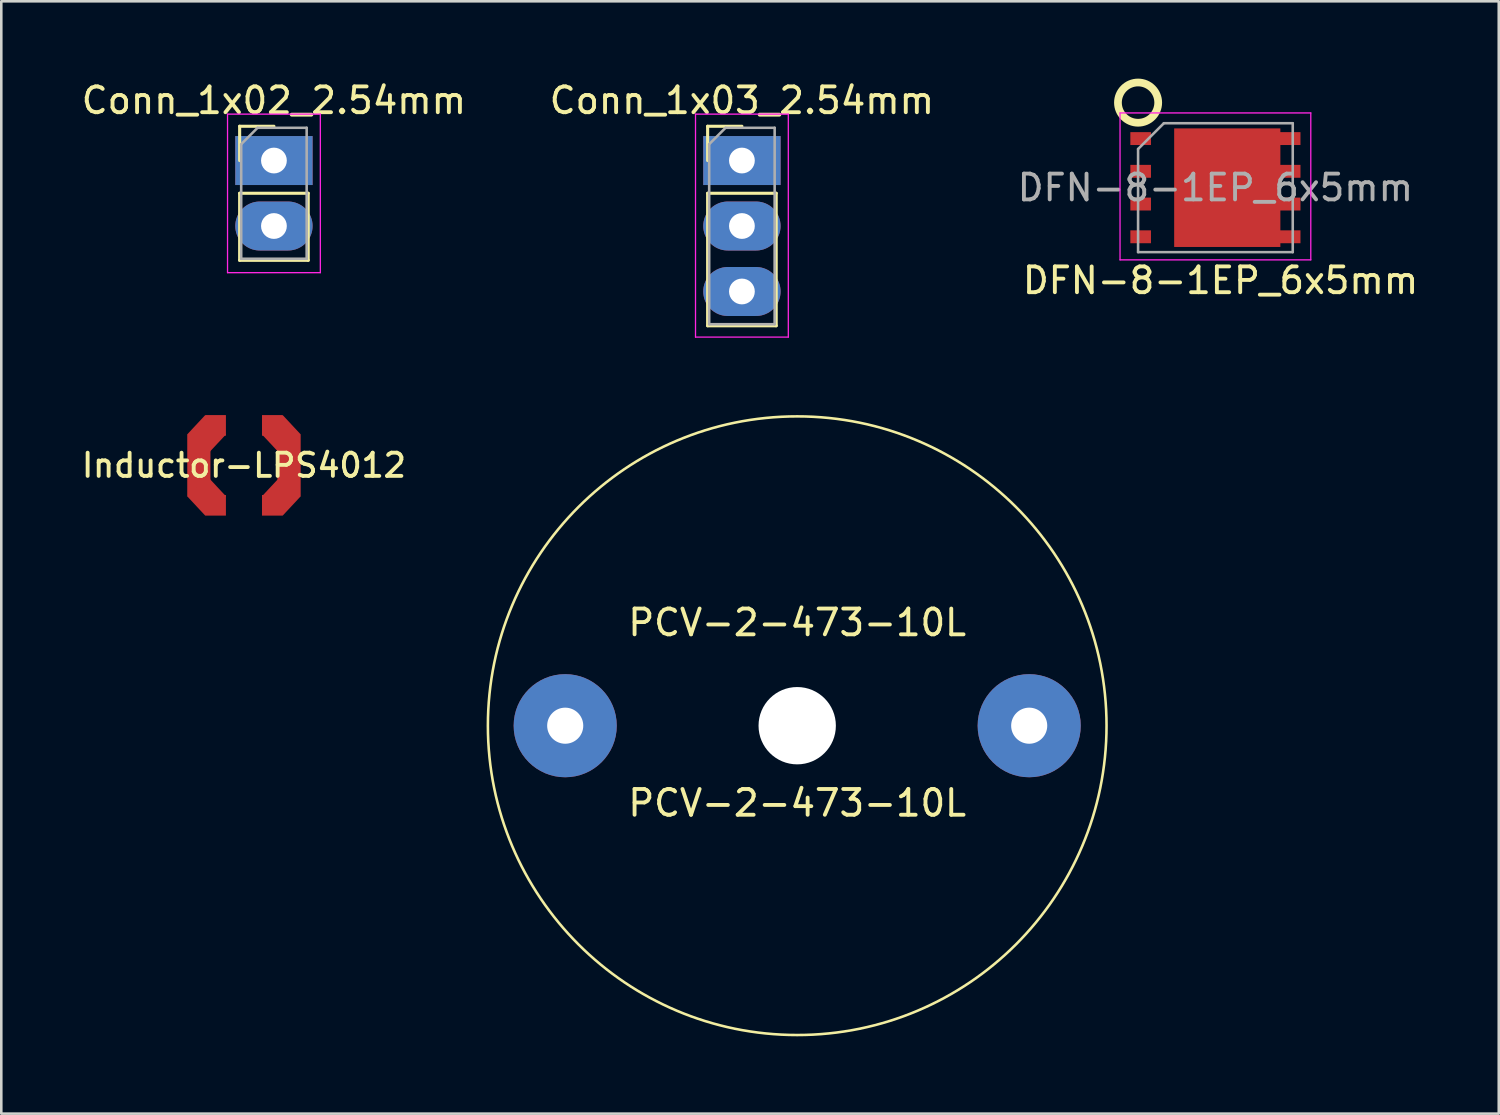
<source format=kicad_pcb>
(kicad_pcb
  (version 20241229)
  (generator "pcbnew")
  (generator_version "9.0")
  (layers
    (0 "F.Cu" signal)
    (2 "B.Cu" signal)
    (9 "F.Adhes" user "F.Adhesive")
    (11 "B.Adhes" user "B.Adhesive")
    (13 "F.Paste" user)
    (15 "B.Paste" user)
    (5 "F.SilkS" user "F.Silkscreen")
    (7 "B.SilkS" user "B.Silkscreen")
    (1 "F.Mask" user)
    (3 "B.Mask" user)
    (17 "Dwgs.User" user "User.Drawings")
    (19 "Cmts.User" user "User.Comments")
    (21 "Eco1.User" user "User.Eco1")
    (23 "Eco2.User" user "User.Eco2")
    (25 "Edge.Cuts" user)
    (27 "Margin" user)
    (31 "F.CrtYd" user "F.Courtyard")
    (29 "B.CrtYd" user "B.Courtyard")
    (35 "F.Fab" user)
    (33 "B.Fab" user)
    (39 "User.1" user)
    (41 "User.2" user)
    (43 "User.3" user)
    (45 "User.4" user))
  (footprint "PCV-2-473-10L"
    (layer "F.Cu")
    (at 27.877 25.103)
    (property "Reference" "PCV-2-473-10L" (at 0 3 180) (layer "F.SilkS") (effects (font (size 1 1) (thickness 0.15))))
    (attr through_hole)
    (fp_circle (center 0 0) (end 12 0) (stroke (width 0.1) (type solid)) (fill no) (layer "F.SilkS"))
    (fp_text user "PCV-2-473-10L" (at 0 -4 0) (layer "F.SilkS") (effects (font (size 1 1) (thickness 0.15))))
    (pad "" np_thru_hole circle (at 0 0) (size 3 3) (drill 3) (layers "*.Cu" "*.Mask"))
    (pad "1" thru_hole circle (at -9 0) (size 4 4) (drill 1.4) (layers "*.Cu" "*.Mask"))
    (pad "2" thru_hole circle (at 9 0) (size 4 4) (drill 1.4) (layers "*.Cu" "*.Mask")))
  (footprint "Conn_1x02_2.54mm"
    (layer "F.Cu")
    (at 7.577 3.178)
    (property "Reference" "Conn_1x02_2.54mm" (at 0 -2.33 0) (layer "F.SilkS") (effects (font (size 1 1) (thickness 0.15))))
    (attr through_hole)
    (fp_line (start -1.33 -1.33) (end 0 -1.33) (stroke (width 0.12) (type solid)) (layer "F.SilkS"))
    (fp_line (start -1.33 0) (end -1.33 -1.33) (stroke (width 0.12) (type solid)) (layer "F.SilkS"))
    (fp_line (start -1.33 1.27) (end -1.33 3.87) (stroke (width 0.12) (type solid)) (layer "F.SilkS"))
    (fp_line (start -1.33 1.27) (end 1.33 1.27) (stroke (width 0.12) (type solid)) (layer "F.SilkS"))
    (fp_line (start -1.33 3.87) (end 1.33 3.87) (stroke (width 0.12) (type solid)) (layer "F.SilkS"))
    (fp_line (start 1.33 1.27) (end 1.33 3.87) (stroke (width 0.12) (type solid)) (layer "F.SilkS"))
    (fp_line (start -1.8 -1.8) (end -1.8 4.35) (stroke (width 0.05) (type solid)) (layer "F.CrtYd"))
    (fp_line (start -1.8 4.35) (end 1.8 4.35) (stroke (width 0.05) (type solid)) (layer "F.CrtYd"))
    (fp_line (start 1.8 -1.8) (end -1.8 -1.8) (stroke (width 0.05) (type solid)) (layer "F.CrtYd"))
    (fp_line (start 1.8 4.35) (end 1.8 -1.8) (stroke (width 0.05) (type solid)) (layer "F.CrtYd"))
    (fp_line (start -1.27 -0.635) (end -0.635 -1.27) (stroke (width 0.1) (type solid)) (layer "F.Fab"))
    (fp_line (start -1.27 3.81) (end -1.27 -0.635) (stroke (width 0.1) (type solid)) (layer "F.Fab"))
    (fp_line (start -0.635 -1.27) (end 1.27 -1.27) (stroke (width 0.1) (type solid)) (layer "F.Fab"))
    (fp_line (start 1.27 -1.27) (end 1.27 3.81) (stroke (width 0.1) (type solid)) (layer "F.Fab"))
    (fp_line (start 1.27 3.81) (end -1.27 3.81) (stroke (width 0.1) (type solid)) (layer "F.Fab"))
    (pad "1" thru_hole rect (at 0 0) (size 3 1.9) (drill 1) (layers "*.Cu" "*.Mask"))
    (pad "2" thru_hole oval (at 0 2.54) (size 3 1.9) (drill 1) (layers "*.Cu" "*.Mask")))
  (footprint "DFN-8-1EP_6x5mm"
    (layer "F.Cu")
    (at 44.101 4.231)
    (property "Reference" "DFN-8-1EP_6x5mm" (at 0.2 3.6 0) (layer "F.SilkS") (effects (font (size 1 1) (thickness 0.15))))
    (attr smd)
    (fp_circle (center -3 -3.3) (end -2.5 -2.7) (stroke (width 0.3) (type solid)) (fill no) (layer "F.SilkS"))
    (fp_line (start -3.7 -2.9) (end 3.7 -2.9) (stroke (width 0.05) (type solid)) (layer "F.CrtYd"))
    (fp_line (start -3.7 2.8) (end -3.7 -2.9) (stroke (width 0.05) (type solid)) (layer "F.CrtYd"))
    (fp_line (start 3.7 -2.9) (end 3.7 2.8) (stroke (width 0.05) (type solid)) (layer "F.CrtYd"))
    (fp_line (start 3.7 2.8) (end -3.7 2.8) (stroke (width 0.05) (type solid)) (layer "F.CrtYd"))
    (fp_line (start -3 2.5) (end -3 -1.5) (stroke (width 0.1) (type solid)) (layer "F.Fab"))
    (fp_line (start -2 -2.5) (end -3 -1.5) (stroke (width 0.1) (type solid)) (layer "F.Fab"))
    (fp_line (start -2 -2.5) (end 3 -2.5) (stroke (width 0.1) (type solid)) (layer "F.Fab"))
    (fp_line (start 3 -2.5) (end 3 2.5) (stroke (width 0.1) (type solid)) (layer "F.Fab"))
    (fp_line (start 3 2.5) (end -3 2.5) (stroke (width 0.1) (type solid)) (layer "F.Fab"))
    (fp_text user "${REFERENCE}" (at 0 0 0) (layer "F.Fab") (effects (font (size 1 1) (thickness 0.15))))
    (pad "1" smd rect (at -2.9 1.905 270) (size 0.5 0.8) (layers "F.Cu" "F.Mask" "F.Paste"))
    (pad "2" smd rect (at 0.46 0 270) (size 4.6 4.12) (layers "F.Cu" "F.Mask" "F.Paste"))
    (pad "2" smd rect (at 2.9 -1.905 270) (size 0.5 0.8) (layers "F.Cu" "F.Mask" "F.Paste"))
    (pad "2" smd rect (at 2.9 -0.635 270) (size 0.5 0.8) (layers "F.Cu" "F.Mask" "F.Paste"))
    (pad "2" smd rect (at 2.9 0.635 270) (size 0.5 0.8) (layers "F.Cu" "F.Mask" "F.Paste"))
    (pad "2" smd rect (at 2.9 1.905 270) (size 0.5 0.8) (layers "F.Cu" "F.Mask" "F.Paste"))
    (pad "3" smd rect (at -2.9 -1.905 270) (size 0.5 0.8) (layers "F.Cu" "F.Mask" "F.Paste"))
    (pad "3" smd rect (at -2.9 -0.635 270) (size 0.5 0.8) (layers "F.Cu" "F.Mask" "F.Paste"))
    (pad "3" smd rect (at -2.9 0.635 270) (size 0.5 0.8) (layers "F.Cu" "F.Mask" "F.Paste")))
  (footprint "Conn_1x03_2.54mm"
    (layer "F.Cu")
    (at 25.732 3.178)
    (property "Reference" "Conn_1x03_2.54mm" (at 0 -2.33 0) (layer "F.SilkS") (effects (font (size 1 1) (thickness 0.15))))
    (attr through_hole)
    (fp_line (start -1.33 -1.33) (end 0 -1.33) (stroke (width 0.12) (type solid)) (layer "F.SilkS"))
    (fp_line (start -1.33 0) (end -1.33 -1.33) (stroke (width 0.12) (type solid)) (layer "F.SilkS"))
    (fp_line (start -1.33 1.27) (end -1.33 6.41) (stroke (width 0.12) (type solid)) (layer "F.SilkS"))
    (fp_line (start -1.33 1.27) (end 1.33 1.27) (stroke (width 0.12) (type solid)) (layer "F.SilkS"))
    (fp_line (start -1.33 6.41) (end 1.33 6.41) (stroke (width 0.12) (type solid)) (layer "F.SilkS"))
    (fp_line (start 1.33 1.27) (end 1.33 6.41) (stroke (width 0.12) (type solid)) (layer "F.SilkS"))
    (fp_line (start -1.8 -1.8) (end -1.8 6.85) (stroke (width 0.05) (type solid)) (layer "F.CrtYd"))
    (fp_line (start -1.8 6.85) (end 1.8 6.85) (stroke (width 0.05) (type solid)) (layer "F.CrtYd"))
    (fp_line (start 1.8 -1.8) (end -1.8 -1.8) (stroke (width 0.05) (type solid)) (layer "F.CrtYd"))
    (fp_line (start 1.8 6.85) (end 1.8 -1.8) (stroke (width 0.05) (type solid)) (layer "F.CrtYd"))
    (fp_line (start -1.27 -0.635) (end -0.635 -1.27) (stroke (width 0.1) (type solid)) (layer "F.Fab"))
    (fp_line (start -1.27 6.35) (end -1.27 -0.635) (stroke (width 0.1) (type solid)) (layer "F.Fab"))
    (fp_line (start -0.635 -1.27) (end 1.27 -1.27) (stroke (width 0.1) (type solid)) (layer "F.Fab"))
    (fp_line (start 1.27 -1.27) (end 1.27 6.35) (stroke (width 0.1) (type solid)) (layer "F.Fab"))
    (fp_line (start 1.27 6.35) (end -1.27 6.35) (stroke (width 0.1) (type solid)) (layer "F.Fab"))
    (pad "1" thru_hole rect (at 0 0) (size 3 1.9) (drill 1) (layers "*.Cu" "*.Mask"))
    (pad "2" thru_hole oval (at 0 2.54) (size 3 1.9) (drill 1) (layers "*.Cu" "*.Mask"))
    (pad "3" thru_hole oval (at 0 5.08) (size 3 1.9) (drill 1) (layers "*.Cu" "*.Mask")))
  (footprint "Inductor-LPS4012"
    (layer "F.Cu")
    (at 6.414 15.003)
    (property "Reference" "Inductor-LPS4012" (at 0 0 0) (layer "F.SilkS") (effects (font (size 0.9 0.9) (thickness 0.15))))
    (attr through_hole)
    (pad "1" smd rect (at -1.75 0) (size 0.9 2.4) (layers "F.Cu" "F.Mask" "F.Paste"))
    (pad "1" smd rect (at -1.45 -1.2 47) (size 1.02 1.1) (layers "F.Cu" "F.Mask" "F.Paste"))
    (pad "1" smd rect (at -1.45 1.2 313) (size 1.02 1.1) (layers "F.Cu" "F.Mask" "F.Paste"))
    (pad "1" smd rect (at -1.1 -1.55) (size 0.8 0.8) (layers "F.Cu" "F.Mask" "F.Paste"))
    (pad "1" smd rect (at -1.1 1.55) (size 0.8 0.8) (layers "F.Cu" "F.Mask" "F.Paste"))
    (pad "2" smd rect (at 1.1 -1.55) (size 0.8 0.8) (layers "F.Cu" "F.Mask" "F.Paste"))
    (pad "2" smd rect (at 1.1 1.55) (size 0.8 0.8) (layers "F.Cu" "F.Mask" "F.Paste"))
    (pad "2" smd rect (at 1.45 -1.2 313) (size 1.02 1.1) (layers "F.Cu" "F.Mask" "F.Paste"))
    (pad "2" smd rect (at 1.45 1.2 47) (size 1.02 1.1) (layers "F.Cu" "F.Mask" "F.Paste"))
    (pad "2" smd rect (at 1.75 0) (size 0.9 2.4) (layers "F.Cu" "F.Mask" "F.Paste")))
  (gr_rect
    (start -3 -3)
    (end 55.093 40.153)
    (stroke (width 0.1) (type default))
    (fill no)
    (layer "Edge.Cuts")))
</source>
